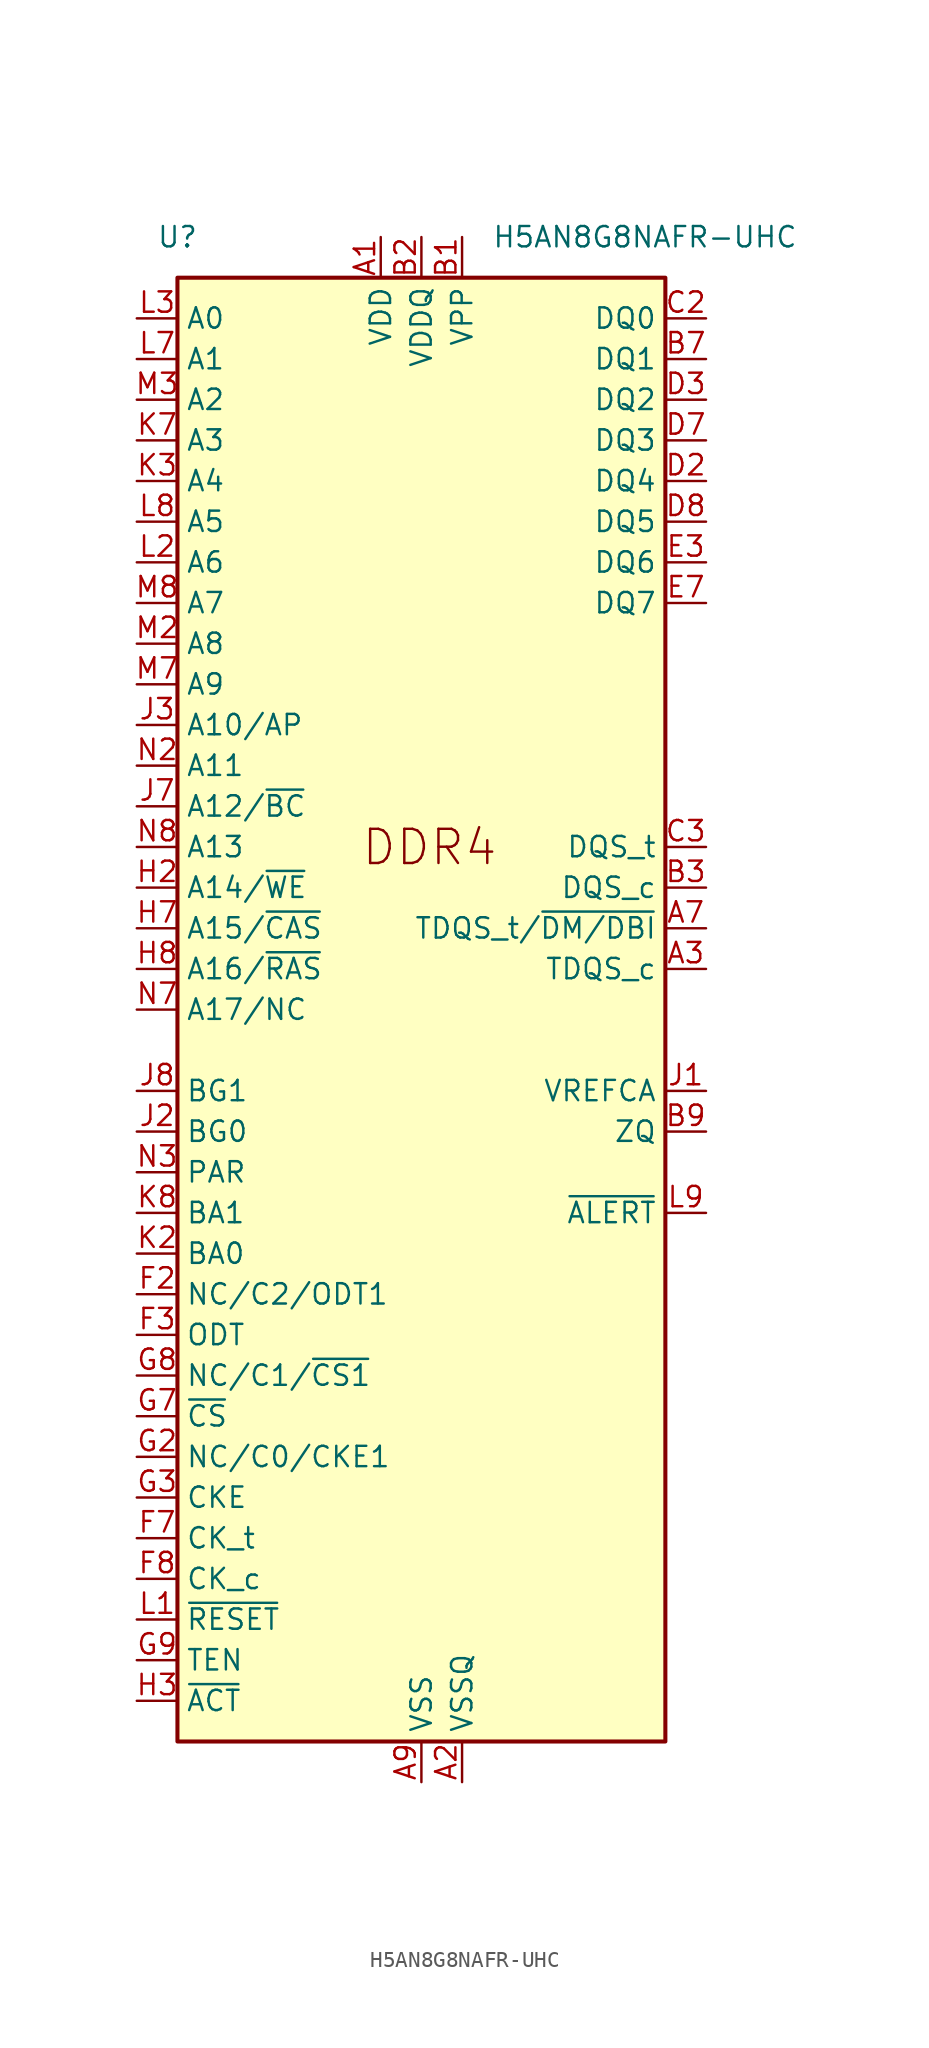
<source format=kicad_sym>
(kicad_symbol_lib
  (version 20231120)
  (generator "kicad_symbol_editor")
  (generator_version "8.0")
  (symbol "H5AN8G8NAFR-UHC"
    (property "Reference" "U"
      (at -15.24 48.26 0)
      (effects (font (size 1.27 1.27))))
    (property "Value" "H5AN8G8NAFR-UHC"
      (at 13.97 48.26 0)
      (effects (font (size 1.27 1.27))))
    (symbol "H5AN8G8NAFR-UHC_0_1"
      (rectangle (start -15.24 -45.72) (end 15.24 45.72) (stroke (width 0.254) (type default)) (fill (type background)))
      (pin power_in line (at -2.54 48.26 270) (length 2.54) (name "VDD" (effects (font (size 1.27 1.27)))) (number "A1" (effects (font (size 1.27 1.27)))))
      (pin power_in line (at 2.54 -48.26 90) (length 2.54) (name "VSSQ" (effects (font (size 1.27 1.27)))) (number "A2" (effects (font (size 1.27 1.27)))))
      (pin output line (at 17.78 2.54 180) (length 2.54) (name "TDQS_c" (effects (font (size 1.27 1.27)))) (number "A3" (effects (font (size 1.27 1.27)))))
      (pin bidirectional line (at 17.78 5.08 180) (length 2.54) (name "TDQS_t/~{DM/DBI}" (effects (font (size 1.27 1.27)))) (number "A7" (effects (font (size 1.27 1.27)))))
      (pin passive line (at 2.54 -48.26 90) (length 2.54) hide (name "VSSQ" (effects (font (size 1.27 1.27)))) (number "A8" (effects (font (size 1.27 1.27)))))
      (pin power_in line (at 0 -48.26 90) (length 2.54) (name "VSS" (effects (font (size 1.27 1.27)))) (number "A9" (effects (font (size 1.27 1.27)))))
      (pin power_in line (at 2.54 48.26 270) (length 2.54) (name "VPP" (effects (font (size 1.27 1.27)))) (number "B1" (effects (font (size 1.27 1.27)))))
      (pin power_in line (at 0 48.26 270) (length 2.54) (name "VDDQ" (effects (font (size 1.27 1.27)))) (number "B2" (effects (font (size 1.27 1.27)))))
      (pin bidirectional line (at 17.78 7.62 180) (length 2.54) (name "DQS_c" (effects (font (size 1.27 1.27)))) (number "B3" (effects (font (size 1.27 1.27)))))
      (pin bidirectional line (at 17.78 40.64 180) (length 2.54) (name "DQ1" (effects (font (size 1.27 1.27)))) (number "B7" (effects (font (size 1.27 1.27)))))
      (pin passive line (at 0 48.26 270) (length 2.54) hide (name "VDDQ" (effects (font (size 1.27 1.27)))) (number "B8" (effects (font (size 1.27 1.27)))))
      (pin passive line (at 17.78 -7.62 180) (length 2.54) (name "ZQ" (effects (font (size 1.27 1.27)))) (number "B9" (effects (font (size 1.27 1.27)))))
      (pin passive line (at 0 48.26 270) (length 2.54) hide (name "VDDQ" (effects (font (size 1.27 1.27)))) (number "C1" (effects (font (size 1.27 1.27)))))
      (pin bidirectional line (at 17.78 43.18 180) (length 2.54) (name "DQ0" (effects (font (size 1.27 1.27)))) (number "C2" (effects (font (size 1.27 1.27)))))
      (pin bidirectional line (at 17.78 10.16 180) (length 2.54) (name "DQS_t" (effects (font (size 1.27 1.27)))) (number "C3" (effects (font (size 1.27 1.27)))))
      (pin passive line (at -2.54 48.26 270) (length 2.54) hide (name "VDD" (effects (font (size 1.27 1.27)))) (number "C7" (effects (font (size 1.27 1.27)))))
      (pin passive line (at 0 -48.26 90) (length 2.54) hide (name "VSS" (effects (font (size 1.27 1.27)))) (number "C8" (effects (font (size 1.27 1.27)))))
      (pin passive line (at 0 48.26 270) (length 2.54) hide (name "VDDQ" (effects (font (size 1.27 1.27)))) (number "C9" (effects (font (size 1.27 1.27)))))
      (pin passive line (at 2.54 -48.26 90) (length 2.54) hide (name "VSSQ" (effects (font (size 1.27 1.27)))) (number "D1" (effects (font (size 1.27 1.27)))))
      (pin bidirectional line (at 17.78 33.02 180) (length 2.54) (name "DQ4" (effects (font (size 1.27 1.27)))) (number "D2" (effects (font (size 1.27 1.27)))))
      (pin bidirectional line (at 17.78 38.1 180) (length 2.54) (name "DQ2" (effects (font (size 1.27 1.27)))) (number "D3" (effects (font (size 1.27 1.27)))))
      (pin bidirectional line (at 17.78 35.56 180) (length 2.54) (name "DQ3" (effects (font (size 1.27 1.27)))) (number "D7" (effects (font (size 1.27 1.27)))))
      (pin bidirectional line (at 17.78 30.48 180) (length 2.54) (name "DQ5" (effects (font (size 1.27 1.27)))) (number "D8" (effects (font (size 1.27 1.27)))))
      (pin passive line (at 2.54 -48.26 90) (length 2.54) hide (name "VSSQ" (effects (font (size 1.27 1.27)))) (number "D9" (effects (font (size 1.27 1.27)))))
      (pin passive line (at 0 -48.26 90) (length 2.54) hide (name "VSS" (effects (font (size 1.27 1.27)))) (number "E1" (effects (font (size 1.27 1.27)))))
      (pin passive line (at 0 48.26 270) (length 2.54) hide (name "VDDQ" (effects (font (size 1.27 1.27)))) (number "E2" (effects (font (size 1.27 1.27)))))
      (pin bidirectional line (at 17.78 27.94 180) (length 2.54) (name "DQ6" (effects (font (size 1.27 1.27)))) (number "E3" (effects (font (size 1.27 1.27)))))
      (pin bidirectional line (at 17.78 25.4 180) (length 2.54) (name "DQ7" (effects (font (size 1.27 1.27)))) (number "E7" (effects (font (size 1.27 1.27)))))
      (pin passive line (at 0 48.26 270) (length 2.54) hide (name "VDDQ" (effects (font (size 1.27 1.27)))) (number "E8" (effects (font (size 1.27 1.27)))))
      (pin passive line (at 0 -48.26 90) (length 2.54) hide (name "VSS" (effects (font (size 1.27 1.27)))) (number "E9" (effects (font (size 1.27 1.27)))))
      (pin passive line (at -2.54 48.26 270) (length 2.54) hide (name "VDD" (effects (font (size 1.27 1.27)))) (number "F1" (effects (font (size 1.27 1.27)))))
      (pin passive line (at -17.78 -17.78 0) (length 2.54) (name "NC/C2/ODT1" (effects (font (size 1.27 1.27)))) (number "F2" (effects (font (size 1.27 1.27)))))
      (pin input line (at -17.78 -20.32 0) (length 2.54) (name "ODT" (effects (font (size 1.27 1.27)))) (number "F3" (effects (font (size 1.27 1.27)))))
      (pin input line (at -17.78 -33.02 0) (length 2.54) (name "CK_t" (effects (font (size 1.27 1.27)))) (number "F7" (effects (font (size 1.27 1.27)))))
      (pin input line (at -17.78 -35.56 0) (length 2.54) (name "CK_c" (effects (font (size 1.27 1.27)))) (number "F8" (effects (font (size 1.27 1.27)))))
      (pin passive line (at -2.54 48.26 270) (length 2.54) hide (name "VDD" (effects (font (size 1.27 1.27)))) (number "F9" (effects (font (size 1.27 1.27)))))
      (pin passive line (at 0 -48.26 90) (length 2.54) hide (name "VSS" (effects (font (size 1.27 1.27)))) (number "G1" (effects (font (size 1.27 1.27)))))
      (pin passive line (at -17.78 -27.94 0) (length 2.54) (name "NC/C0/CKE1" (effects (font (size 1.27 1.27)))) (number "G2" (effects (font (size 1.27 1.27)))))
      (pin input line (at -17.78 -30.48 0) (length 2.54) (name "CKE" (effects (font (size 1.27 1.27)))) (number "G3" (effects (font (size 1.27 1.27)))))
      (pin input line (at -17.78 -25.4 0) (length 2.54) (name "~{CS}" (effects (font (size 1.27 1.27)))) (number "G7" (effects (font (size 1.27 1.27)))))
      (pin passive line (at -17.78 -22.86 0) (length 2.54) (name "NC/C1/~{CS1}" (effects (font (size 1.27 1.27)))) (number "G8" (effects (font (size 1.27 1.27)))))
      (pin input line (at -17.78 -40.64 0) (length 2.54) (name "TEN" (effects (font (size 1.27 1.27)))) (number "G9" (effects (font (size 1.27 1.27)))))
      (pin passive line (at -2.54 48.26 270) (length 2.54) hide (name "VDD" (effects (font (size 1.27 1.27)))) (number "H1" (effects (font (size 1.27 1.27)))))
      (pin input line (at -17.78 7.62 0) (length 2.54) (name "A14/~{WE}" (effects (font (size 1.27 1.27)))) (number "H2" (effects (font (size 1.27 1.27)))))
      (pin input line (at -17.78 -43.18 0) (length 2.54) (name "~{ACT}" (effects (font (size 1.27 1.27)))) (number "H3" (effects (font (size 1.27 1.27)))))
      (pin input line (at -17.78 5.08 0) (length 2.54) (name "A15/~{CAS}" (effects (font (size 1.27 1.27)))) (number "H7" (effects (font (size 1.27 1.27)))))
      (pin input line (at -17.78 2.54 0) (length 2.54) (name "A16/~{RAS}" (effects (font (size 1.27 1.27)))) (number "H8" (effects (font (size 1.27 1.27)))))
      (pin passive line (at 0 -48.26 90) (length 2.54) hide (name "VSS" (effects (font (size 1.27 1.27)))) (number "H9" (effects (font (size 1.27 1.27)))))
      (pin passive line (at 17.78 -5.08 180) (length 2.54) (name "VREFCA" (effects (font (size 1.27 1.27)))) (number "J1" (effects (font (size 1.27 1.27)))))
      (pin input line (at -17.78 -7.62 0) (length 2.54) (name "BG0" (effects (font (size 1.27 1.27)))) (number "J2" (effects (font (size 1.27 1.27)))))
      (pin input line (at -17.78 17.78 0) (length 2.54) (name "A10/AP" (effects (font (size 1.27 1.27)))) (number "J3" (effects (font (size 1.27 1.27)))))
      (pin input line (at -17.78 12.7 0) (length 2.54) (name "A12/~{BC}" (effects (font (size 1.27 1.27)))) (number "J7" (effects (font (size 1.27 1.27)))))
      (pin input line (at -17.78 -5.08 0) (length 2.54) (name "BG1" (effects (font (size 1.27 1.27)))) (number "J8" (effects (font (size 1.27 1.27)))))
      (pin passive line (at -2.54 48.26 270) (length 2.54) hide (name "VDD" (effects (font (size 1.27 1.27)))) (number "J9" (effects (font (size 1.27 1.27)))))
      (pin passive line (at 0 -48.26 90) (length 2.54) hide (name "VSS" (effects (font (size 1.27 1.27)))) (number "K1" (effects (font (size 1.27 1.27)))))
      (pin input line (at -17.78 -15.24 0) (length 2.54) (name "BA0" (effects (font (size 1.27 1.27)))) (number "K2" (effects (font (size 1.27 1.27)))))
      (pin input line (at -17.78 33.02 0) (length 2.54) (name "A4" (effects (font (size 1.27 1.27)))) (number "K3" (effects (font (size 1.27 1.27)))))
      (pin input line (at -17.78 35.56 0) (length 2.54) (name "A3" (effects (font (size 1.27 1.27)))) (number "K7" (effects (font (size 1.27 1.27)))))
      (pin input line (at -17.78 -12.7 0) (length 2.54) (name "BA1" (effects (font (size 1.27 1.27)))) (number "K8" (effects (font (size 1.27 1.27)))))
      (pin passive line (at 0 -48.26 90) (length 2.54) hide (name "VSS" (effects (font (size 1.27 1.27)))) (number "K9" (effects (font (size 1.27 1.27)))))
      (pin input line (at -17.78 -38.1 0) (length 2.54) (name "~{RESET}" (effects (font (size 1.27 1.27)))) (number "L1" (effects (font (size 1.27 1.27)))))
      (pin input line (at -17.78 27.94 0) (length 2.54) (name "A6" (effects (font (size 1.27 1.27)))) (number "L2" (effects (font (size 1.27 1.27)))))
      (pin input line (at -17.78 43.18 0) (length 2.54) (name "A0" (effects (font (size 1.27 1.27)))) (number "L3" (effects (font (size 1.27 1.27)))))
      (pin input line (at -17.78 40.64 0) (length 2.54) (name "A1" (effects (font (size 1.27 1.27)))) (number "L7" (effects (font (size 1.27 1.27)))))
      (pin input line (at -17.78 30.48 0) (length 2.54) (name "A5" (effects (font (size 1.27 1.27)))) (number "L8" (effects (font (size 1.27 1.27)))))
      (pin open_collector line (at 17.78 -12.7 180) (length 2.54) (name "~{ALERT}" (effects (font (size 1.27 1.27)))) (number "L9" (effects (font (size 1.27 1.27)))))
      (pin passive line (at -2.54 48.26 270) (length 2.54) hide (name "VDD" (effects (font (size 1.27 1.27)))) (number "M1" (effects (font (size 1.27 1.27)))))
      (pin input line (at -17.78 22.86 0) (length 2.54) (name "A8" (effects (font (size 1.27 1.27)))) (number "M2" (effects (font (size 1.27 1.27)))))
      (pin input line (at -17.78 38.1 0) (length 2.54) (name "A2" (effects (font (size 1.27 1.27)))) (number "M3" (effects (font (size 1.27 1.27)))))
      (pin input line (at -17.78 20.32 0) (length 2.54) (name "A9" (effects (font (size 1.27 1.27)))) (number "M7" (effects (font (size 1.27 1.27)))))
      (pin input line (at -17.78 25.4 0) (length 2.54) (name "A7" (effects (font (size 1.27 1.27)))) (number "M8" (effects (font (size 1.27 1.27)))))
      (pin passive line (at 2.54 48.26 270) (length 2.54) hide (name "VPP" (effects (font (size 1.27 1.27)))) (number "M9" (effects (font (size 1.27 1.27)))))
      (pin passive line (at 0 -48.26 90) (length 2.54) hide (name "VSS" (effects (font (size 1.27 1.27)))) (number "N1" (effects (font (size 1.27 1.27)))))
      (pin input line (at -17.78 15.24 0) (length 2.54) (name "A11" (effects (font (size 1.27 1.27)))) (number "N2" (effects (font (size 1.27 1.27)))))
      (pin input line (at -17.78 -10.16 0) (length 2.54) (name "PAR" (effects (font (size 1.27 1.27)))) (number "N3" (effects (font (size 1.27 1.27)))))
      (pin passive line (at -17.78 0 0) (length 2.54) (name "A17/NC" (effects (font (size 1.27 1.27)))) (number "N7" (effects (font (size 1.27 1.27)))))
      (pin input line (at -17.78 10.16 0) (length 2.54) (name "A13" (effects (font (size 1.27 1.27)))) (number "N8" (effects (font (size 1.27 1.27)))))
      (pin passive line (at -2.54 48.26 270) (length 2.54) hide (name "VDD" (effects (font (size 1.27 1.27)))) (number "N9" (effects (font (size 1.27 1.27))))))
    (symbol "H5AN8G8NAFR-UHC_1_1"
      (text "DDR4" (at -3.81 8.89 0) (effects (font (size 2.134 2.134)) (justify left bottom))))))
</source>
